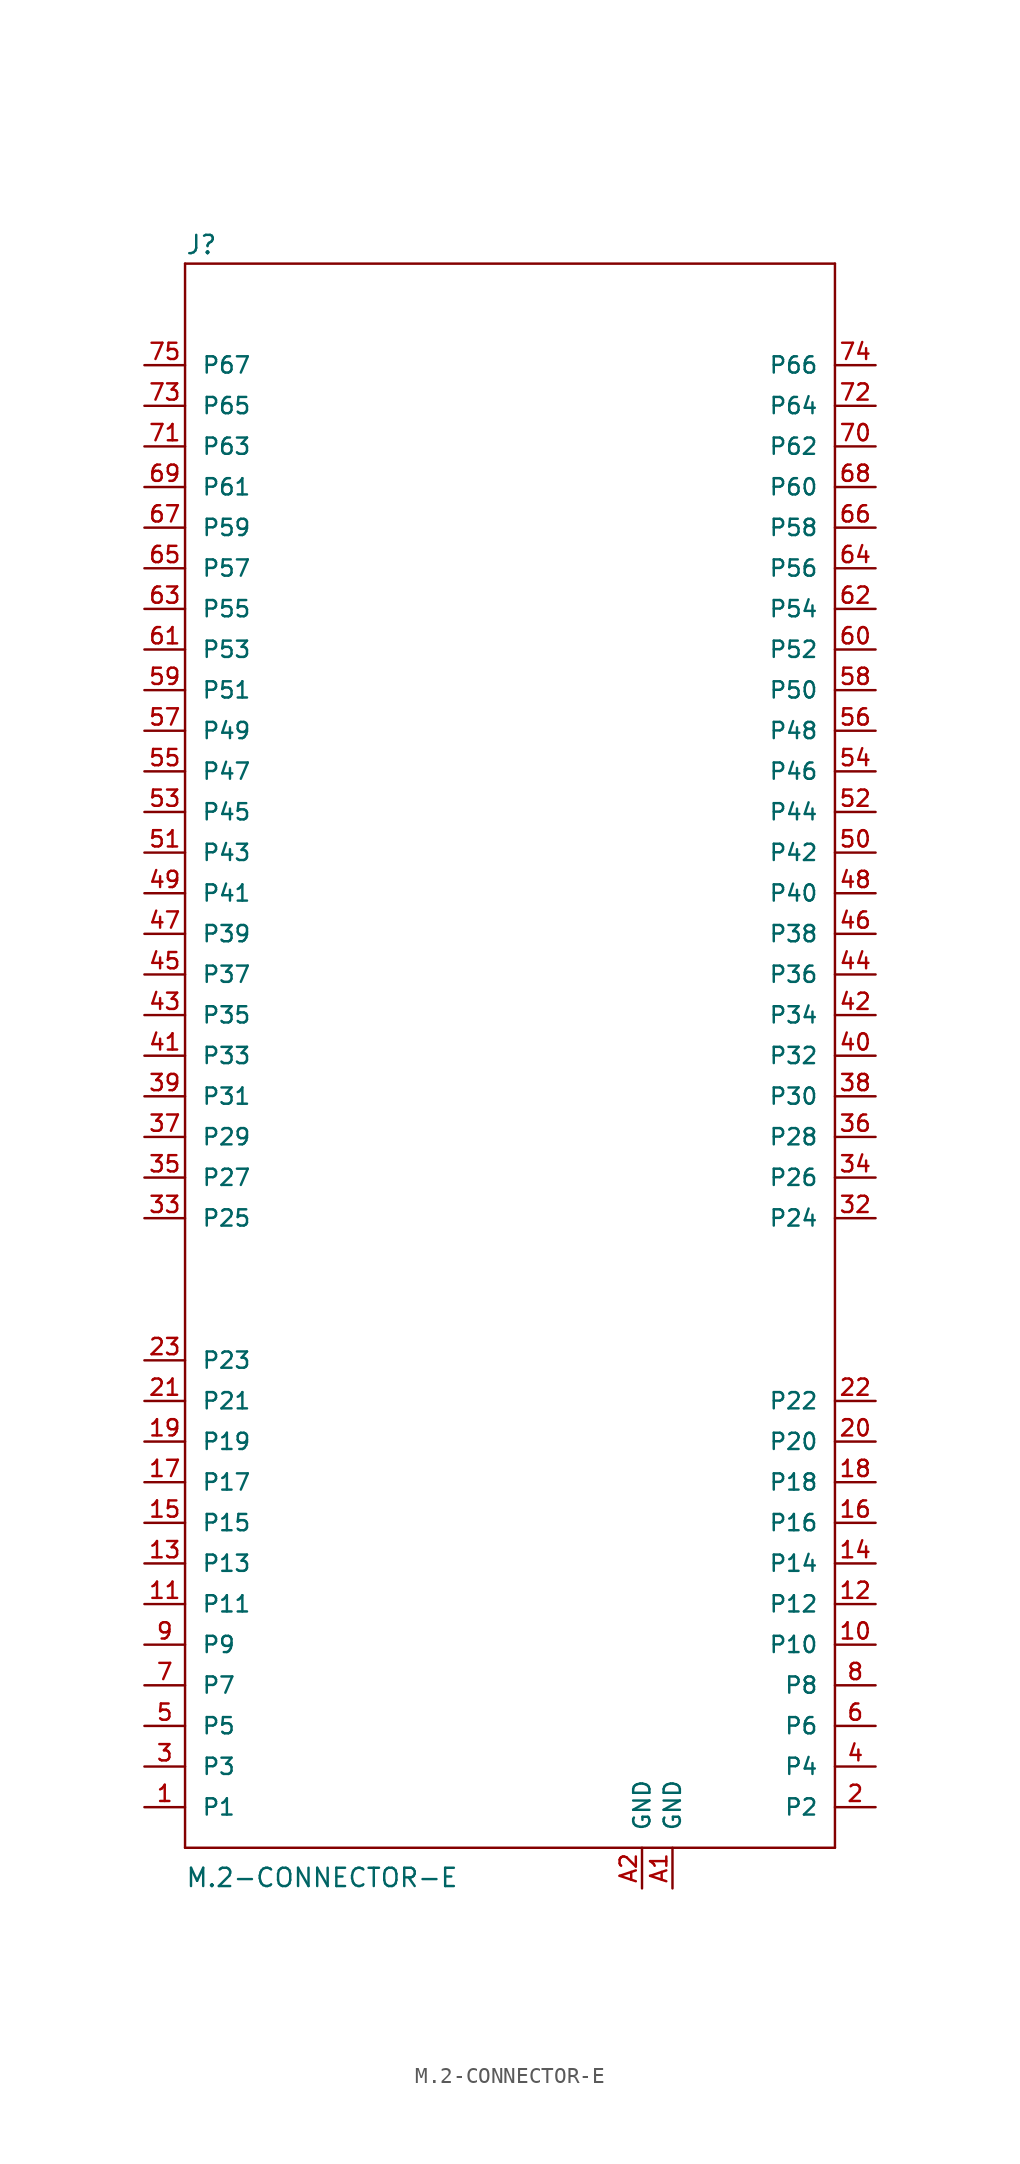
<source format=kicad_sym>
(kicad_symbol_lib
  (version 20231120)
  (generator "kicad_symbol_editor")
  (generator_version "8.0")
  (symbol "M.2-CONNECTOR-E"
    (pin_names
      (offset 1.016))
    (property "Reference" "J"
      (at -20.32 53.848 0)
      (effects (font (size 1.143 1.143)) (justify left bottom)))
    (property "Value" "M.2-CONNECTOR-E"
      (at -20.32 -48.26 0)
      (effects (font (size 1.143 1.143)) (justify left bottom)))
    (symbol "M.2-CONNECTOR-E_1_0"
      (polyline (pts (xy -20.32 -45.72) (xy -20.32 53.34)) (stroke (width 0) (type default)) (fill (type none)))
      (polyline (pts (xy -20.32 53.34) (xy 20.32 53.34)) (stroke (width 0) (type default)) (fill (type none)))
      (polyline (pts (xy 20.32 -45.72) (xy -20.32 -45.72)) (stroke (width 0) (type default)) (fill (type none)))
      (polyline (pts (xy 20.32 53.34) (xy 20.32 -45.72)) (stroke (width 0) (type default)) (fill (type none))))
    (symbol "M.2-CONNECTOR-E_1_1"
      (pin bidirectional line (at -22.86 -43.18 0) (length 2.54) (name "P1" (effects (font (size 1.016 1.016)))) (number "1" (effects (font (size 1.016 1.016)))))
      (pin bidirectional line (at 22.86 -33.02 180) (length 2.54) (name "P10" (effects (font (size 1.016 1.016)))) (number "10" (effects (font (size 1.016 1.016)))))
      (pin bidirectional line (at -22.86 -30.48 0) (length 2.54) (name "P11" (effects (font (size 1.016 1.016)))) (number "11" (effects (font (size 1.016 1.016)))))
      (pin bidirectional line (at 22.86 -30.48 180) (length 2.54) (name "P12" (effects (font (size 1.016 1.016)))) (number "12" (effects (font (size 1.016 1.016)))))
      (pin bidirectional line (at -22.86 -27.94 0) (length 2.54) (name "P13" (effects (font (size 1.016 1.016)))) (number "13" (effects (font (size 1.016 1.016)))))
      (pin bidirectional line (at 22.86 -27.94 180) (length 2.54) (name "P14" (effects (font (size 1.016 1.016)))) (number "14" (effects (font (size 1.016 1.016)))))
      (pin bidirectional line (at -22.86 -25.4 0) (length 2.54) (name "P15" (effects (font (size 1.016 1.016)))) (number "15" (effects (font (size 1.016 1.016)))))
      (pin bidirectional line (at 22.86 -25.4 180) (length 2.54) (name "P16" (effects (font (size 1.016 1.016)))) (number "16" (effects (font (size 1.016 1.016)))))
      (pin bidirectional line (at -22.86 -22.86 0) (length 2.54) (name "P17" (effects (font (size 1.016 1.016)))) (number "17" (effects (font (size 1.016 1.016)))))
      (pin bidirectional line (at 22.86 -22.86 180) (length 2.54) (name "P18" (effects (font (size 1.016 1.016)))) (number "18" (effects (font (size 1.016 1.016)))))
      (pin bidirectional line (at -22.86 -20.32 0) (length 2.54) (name "P19" (effects (font (size 1.016 1.016)))) (number "19" (effects (font (size 1.016 1.016)))))
      (pin bidirectional line (at 22.86 -43.18 180) (length 2.54) (name "P2" (effects (font (size 1.016 1.016)))) (number "2" (effects (font (size 1.016 1.016)))))
      (pin bidirectional line (at 22.86 -20.32 180) (length 2.54) (name "P20" (effects (font (size 1.016 1.016)))) (number "20" (effects (font (size 1.016 1.016)))))
      (pin bidirectional line (at -22.86 -17.78 0) (length 2.54) (name "P21" (effects (font (size 1.016 1.016)))) (number "21" (effects (font (size 1.016 1.016)))))
      (pin bidirectional line (at 22.86 -17.78 180) (length 2.54) (name "P22" (effects (font (size 1.016 1.016)))) (number "22" (effects (font (size 1.016 1.016)))))
      (pin bidirectional line (at -22.86 -15.24 0) (length 2.54) (name "P23" (effects (font (size 1.016 1.016)))) (number "23" (effects (font (size 1.016 1.016)))))
      (pin bidirectional line (at -22.86 -40.64 0) (length 2.54) (name "P3" (effects (font (size 1.016 1.016)))) (number "3" (effects (font (size 1.016 1.016)))))
      (pin bidirectional line (at 22.86 -6.35 180) (length 2.54) (name "P24" (effects (font (size 1.016 1.016)))) (number "32" (effects (font (size 1.016 1.016)))))
      (pin bidirectional line (at -22.86 -6.35 0) (length 2.54) (name "P25" (effects (font (size 1.016 1.016)))) (number "33" (effects (font (size 1.016 1.016)))))
      (pin bidirectional line (at 22.86 -3.81 180) (length 2.54) (name "P26" (effects (font (size 1.016 1.016)))) (number "34" (effects (font (size 1.016 1.016)))))
      (pin bidirectional line (at -22.86 -3.81 0) (length 2.54) (name "P27" (effects (font (size 1.016 1.016)))) (number "35" (effects (font (size 1.016 1.016)))))
      (pin bidirectional line (at 22.86 -1.27 180) (length 2.54) (name "P28" (effects (font (size 1.016 1.016)))) (number "36" (effects (font (size 1.016 1.016)))))
      (pin bidirectional line (at -22.86 -1.27 0) (length 2.54) (name "P29" (effects (font (size 1.016 1.016)))) (number "37" (effects (font (size 1.016 1.016)))))
      (pin bidirectional line (at 22.86 1.27 180) (length 2.54) (name "P30" (effects (font (size 1.016 1.016)))) (number "38" (effects (font (size 1.016 1.016)))))
      (pin bidirectional line (at -22.86 1.27 0) (length 2.54) (name "P31" (effects (font (size 1.016 1.016)))) (number "39" (effects (font (size 1.016 1.016)))))
      (pin bidirectional line (at 22.86 -40.64 180) (length 2.54) (name "P4" (effects (font (size 1.016 1.016)))) (number "4" (effects (font (size 1.016 1.016)))))
      (pin bidirectional line (at 22.86 3.81 180) (length 2.54) (name "P32" (effects (font (size 1.016 1.016)))) (number "40" (effects (font (size 1.016 1.016)))))
      (pin bidirectional line (at -22.86 3.81 0) (length 2.54) (name "P33" (effects (font (size 1.016 1.016)))) (number "41" (effects (font (size 1.016 1.016)))))
      (pin bidirectional line (at 22.86 6.35 180) (length 2.54) (name "P34" (effects (font (size 1.016 1.016)))) (number "42" (effects (font (size 1.016 1.016)))))
      (pin bidirectional line (at -22.86 6.35 0) (length 2.54) (name "P35" (effects (font (size 1.016 1.016)))) (number "43" (effects (font (size 1.016 1.016)))))
      (pin bidirectional line (at 22.86 8.89 180) (length 2.54) (name "P36" (effects (font (size 1.016 1.016)))) (number "44" (effects (font (size 1.016 1.016)))))
      (pin bidirectional line (at -22.86 8.89 0) (length 2.54) (name "P37" (effects (font (size 1.016 1.016)))) (number "45" (effects (font (size 1.016 1.016)))))
      (pin bidirectional line (at 22.86 11.43 180) (length 2.54) (name "P38" (effects (font (size 1.016 1.016)))) (number "46" (effects (font (size 1.016 1.016)))))
      (pin bidirectional line (at -22.86 11.43 0) (length 2.54) (name "P39" (effects (font (size 1.016 1.016)))) (number "47" (effects (font (size 1.016 1.016)))))
      (pin bidirectional line (at 22.86 13.97 180) (length 2.54) (name "P40" (effects (font (size 1.016 1.016)))) (number "48" (effects (font (size 1.016 1.016)))))
      (pin bidirectional line (at -22.86 13.97 0) (length 2.54) (name "P41" (effects (font (size 1.016 1.016)))) (number "49" (effects (font (size 1.016 1.016)))))
      (pin bidirectional line (at -22.86 -38.1 0) (length 2.54) (name "P5" (effects (font (size 1.016 1.016)))) (number "5" (effects (font (size 1.016 1.016)))))
      (pin bidirectional line (at 22.86 16.51 180) (length 2.54) (name "P42" (effects (font (size 1.016 1.016)))) (number "50" (effects (font (size 1.016 1.016)))))
      (pin bidirectional line (at -22.86 16.51 0) (length 2.54) (name "P43" (effects (font (size 1.016 1.016)))) (number "51" (effects (font (size 1.016 1.016)))))
      (pin bidirectional line (at 22.86 19.05 180) (length 2.54) (name "P44" (effects (font (size 1.016 1.016)))) (number "52" (effects (font (size 1.016 1.016)))))
      (pin bidirectional line (at -22.86 19.05 0) (length 2.54) (name "P45" (effects (font (size 1.016 1.016)))) (number "53" (effects (font (size 1.016 1.016)))))
      (pin bidirectional line (at 22.86 21.59 180) (length 2.54) (name "P46" (effects (font (size 1.016 1.016)))) (number "54" (effects (font (size 1.016 1.016)))))
      (pin bidirectional line (at -22.86 21.59 0) (length 2.54) (name "P47" (effects (font (size 1.016 1.016)))) (number "55" (effects (font (size 1.016 1.016)))))
      (pin bidirectional line (at 22.86 24.13 180) (length 2.54) (name "P48" (effects (font (size 1.016 1.016)))) (number "56" (effects (font (size 1.016 1.016)))))
      (pin bidirectional line (at -22.86 24.13 0) (length 2.54) (name "P49" (effects (font (size 1.016 1.016)))) (number "57" (effects (font (size 1.016 1.016)))))
      (pin bidirectional line (at 22.86 26.67 180) (length 2.54) (name "P50" (effects (font (size 1.016 1.016)))) (number "58" (effects (font (size 1.016 1.016)))))
      (pin bidirectional line (at -22.86 26.67 0) (length 2.54) (name "P51" (effects (font (size 1.016 1.016)))) (number "59" (effects (font (size 1.016 1.016)))))
      (pin bidirectional line (at 22.86 -38.1 180) (length 2.54) (name "P6" (effects (font (size 1.016 1.016)))) (number "6" (effects (font (size 1.016 1.016)))))
      (pin bidirectional line (at 22.86 29.21 180) (length 2.54) (name "P52" (effects (font (size 1.016 1.016)))) (number "60" (effects (font (size 1.016 1.016)))))
      (pin bidirectional line (at -22.86 29.21 0) (length 2.54) (name "P53" (effects (font (size 1.016 1.016)))) (number "61" (effects (font (size 1.016 1.016)))))
      (pin bidirectional line (at 22.86 31.75 180) (length 2.54) (name "P54" (effects (font (size 1.016 1.016)))) (number "62" (effects (font (size 1.016 1.016)))))
      (pin bidirectional line (at -22.86 31.75 0) (length 2.54) (name "P55" (effects (font (size 1.016 1.016)))) (number "63" (effects (font (size 1.016 1.016)))))
      (pin bidirectional line (at 22.86 34.29 180) (length 2.54) (name "P56" (effects (font (size 1.016 1.016)))) (number "64" (effects (font (size 1.016 1.016)))))
      (pin bidirectional line (at -22.86 34.29 0) (length 2.54) (name "P57" (effects (font (size 1.016 1.016)))) (number "65" (effects (font (size 1.016 1.016)))))
      (pin bidirectional line (at 22.86 36.83 180) (length 2.54) (name "P58" (effects (font (size 1.016 1.016)))) (number "66" (effects (font (size 1.016 1.016)))))
      (pin bidirectional line (at -22.86 36.83 0) (length 2.54) (name "P59" (effects (font (size 1.016 1.016)))) (number "67" (effects (font (size 1.016 1.016)))))
      (pin bidirectional line (at 22.86 39.37 180) (length 2.54) (name "P60" (effects (font (size 1.016 1.016)))) (number "68" (effects (font (size 1.016 1.016)))))
      (pin bidirectional line (at -22.86 39.37 0) (length 2.54) (name "P61" (effects (font (size 1.016 1.016)))) (number "69" (effects (font (size 1.016 1.016)))))
      (pin bidirectional line (at -22.86 -35.56 0) (length 2.54) (name "P7" (effects (font (size 1.016 1.016)))) (number "7" (effects (font (size 1.016 1.016)))))
      (pin bidirectional line (at 22.86 41.91 180) (length 2.54) (name "P62" (effects (font (size 1.016 1.016)))) (number "70" (effects (font (size 1.016 1.016)))))
      (pin bidirectional line (at -22.86 41.91 0) (length 2.54) (name "P63" (effects (font (size 1.016 1.016)))) (number "71" (effects (font (size 1.016 1.016)))))
      (pin bidirectional line (at 22.86 44.45 180) (length 2.54) (name "P64" (effects (font (size 1.016 1.016)))) (number "72" (effects (font (size 1.016 1.016)))))
      (pin bidirectional line (at -22.86 44.45 0) (length 2.54) (name "P65" (effects (font (size 1.016 1.016)))) (number "73" (effects (font (size 1.016 1.016)))))
      (pin bidirectional line (at 22.86 46.99 180) (length 2.54) (name "P66" (effects (font (size 1.016 1.016)))) (number "74" (effects (font (size 1.016 1.016)))))
      (pin bidirectional line (at -22.86 46.99 0) (length 2.54) (name "P67" (effects (font (size 1.016 1.016)))) (number "75" (effects (font (size 1.016 1.016)))))
      (pin bidirectional line (at 22.86 -35.56 180) (length 2.54) (name "P8" (effects (font (size 1.016 1.016)))) (number "8" (effects (font (size 1.016 1.016)))))
      (pin bidirectional line (at -22.86 -33.02 0) (length 2.54) (name "P9" (effects (font (size 1.016 1.016)))) (number "9" (effects (font (size 1.016 1.016)))))
      (pin power_in line (at 10.16 -48.26 90) (length 2.54) (name "GND" (effects (font (size 1.016 1.016)))) (number "A1" (effects (font (size 1.016 1.016)))))
      (pin power_in line (at 8.255 -48.26 90) (length 2.54) (name "GND" (effects (font (size 1.016 1.016)))) (number "A2" (effects (font (size 1.016 1.016))))))))
</source>
